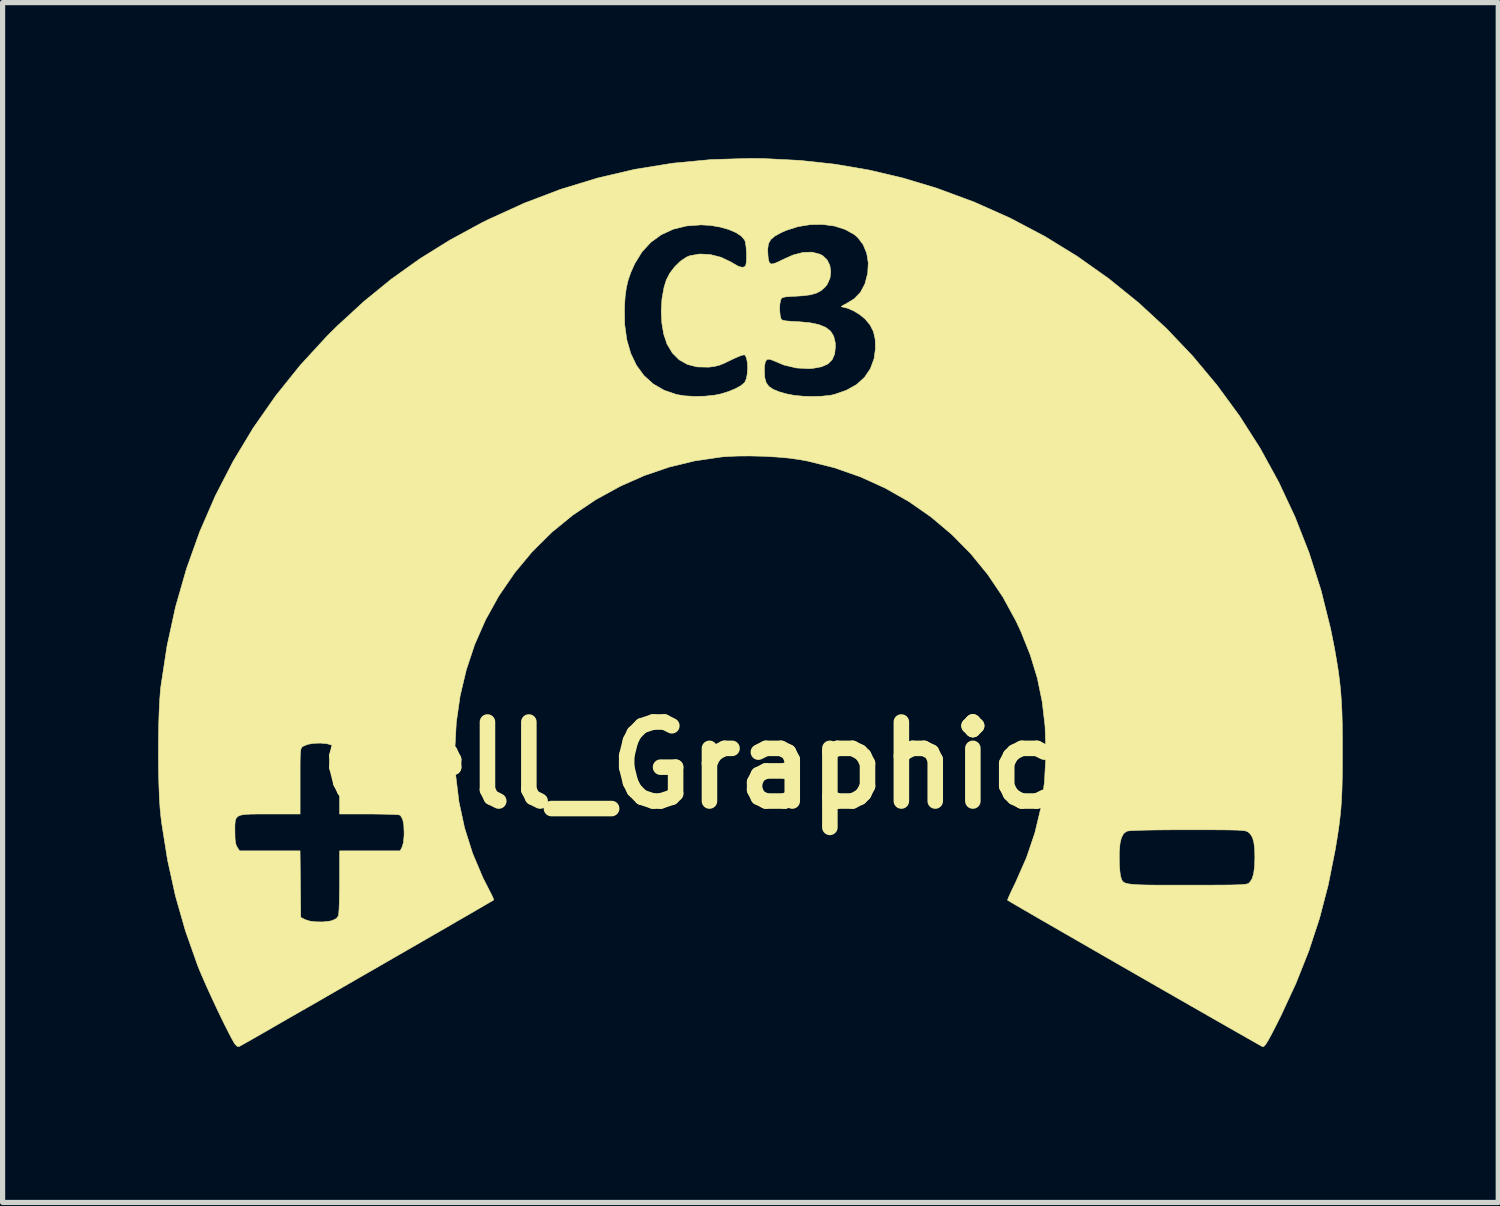
<source format=kicad_pcb>
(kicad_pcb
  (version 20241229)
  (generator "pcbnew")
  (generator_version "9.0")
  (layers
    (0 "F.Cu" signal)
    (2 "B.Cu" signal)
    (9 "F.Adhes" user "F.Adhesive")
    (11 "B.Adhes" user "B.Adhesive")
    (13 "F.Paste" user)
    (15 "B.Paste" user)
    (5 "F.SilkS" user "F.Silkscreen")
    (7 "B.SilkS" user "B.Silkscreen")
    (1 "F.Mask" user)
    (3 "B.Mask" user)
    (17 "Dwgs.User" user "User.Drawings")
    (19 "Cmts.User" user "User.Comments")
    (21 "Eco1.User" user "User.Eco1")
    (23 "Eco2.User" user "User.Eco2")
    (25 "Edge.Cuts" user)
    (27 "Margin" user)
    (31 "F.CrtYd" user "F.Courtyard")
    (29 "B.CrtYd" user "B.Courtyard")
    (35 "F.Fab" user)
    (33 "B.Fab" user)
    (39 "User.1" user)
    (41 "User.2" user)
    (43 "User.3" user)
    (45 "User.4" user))
  (footprint "Cell_Graphic_C3"
    (layer "F.Cu")
    (at 12.339 11.71)
    (property "Reference" "Cell_Graphic_C3" (at 0 0 0) (layer "F.SilkS") (effects (font (size 1.524 1.524) (thickness 0.3))))
    (attr through_hole)
    (fp_poly (pts (xy -0.66 -11.702) (xy 0.041 -11.666) (xy 0.717 -11.593) (xy 1.376 -11.48) (xy 2.028 -11.326) (xy 2.682 -11.129) (xy 2.692 -11.125) (xy 3.406 -10.861) (xy 4.095 -10.553) (xy 4.757 -10.204) (xy 5.39 -9.815) (xy 5.994 -9.387) (xy 6.567 -8.924) (xy 7.108 -8.425) (xy 7.614 -7.893) (xy 8.085 -7.329) (xy 8.519 -6.736) (xy 8.916 -6.114) (xy 9.272 -5.465) (xy 9.588 -4.791) (xy 9.861 -4.094) (xy 10.09 -3.375) (xy 10.274 -2.636) (xy 10.349 -2.261) (xy 10.389 -2.03) (xy 10.422 -1.823) (xy 10.448 -1.628) (xy 10.468 -1.438) (xy 10.482 -1.242) (xy 10.493 -1.031) (xy 10.499 -0.795) (xy 10.502 -0.525) (xy 10.502 -0.292) (xy 10.502 -0.001) (xy 10.499 0.248) (xy 10.494 0.464) (xy 10.485 0.658) (xy 10.473 0.838) (xy 10.455 1.013) (xy 10.433 1.192) (xy 10.404 1.385) (xy 10.368 1.601) (xy 10.362 1.638) (xy 10.229 2.307) (xy 10.061 2.951) (xy 9.854 3.582) (xy 9.605 4.208) (xy 9.312 4.84) (xy 9.289 4.885) (xy 9.2 5.062) (xy 9.13 5.197) (xy 9.076 5.296) (xy 9.035 5.364) (xy 9.005 5.405) (xy 8.982 5.425) (xy 8.964 5.428) (xy 8.963 5.428) (xy 8.938 5.414) (xy 8.872 5.377) (xy 8.769 5.319) (xy 8.632 5.241) (xy 8.465 5.146) (xy 8.271 5.035) (xy 8.053 4.911) (xy 7.816 4.775) (xy 7.562 4.63) (xy 7.295 4.477) (xy 7.018 4.318) (xy 6.735 4.156) (xy 6.45 3.992) (xy 6.164 3.828) (xy 5.884 3.667) (xy 5.61 3.509) (xy 5.348 3.358) (xy 5.099 3.215) (xy 4.869 3.082) (xy 4.66 2.962) (xy 4.476 2.855) (xy 4.319 2.764) (xy 4.195 2.692) (xy 4.105 2.639) (xy 4.054 2.608) (xy 4.043 2.602) (xy 4.05 2.578) (xy 4.077 2.516) (xy 4.118 2.426) (xy 4.172 2.314) (xy 4.2 2.256) (xy 4.409 1.781) (xy 4.412 1.772) (xy 6.198 1.772) (xy 6.2 1.896) (xy 6.207 2.011) (xy 6.217 2.101) (xy 6.224 2.139) (xy 6.235 2.178) (xy 6.247 2.211) (xy 6.263 2.238) (xy 6.29 2.26) (xy 6.33 2.277) (xy 6.388 2.289) (xy 6.469 2.299) (xy 6.577 2.305) (xy 6.716 2.309) (xy 6.891 2.311) (xy 7.105 2.311) (xy 7.364 2.311) (xy 7.511 2.311) (xy 7.783 2.311) (xy 8.009 2.311) (xy 8.193 2.31) (xy 8.34 2.309) (xy 8.454 2.306) (xy 8.54 2.303) (xy 8.603 2.298) (xy 8.646 2.292) (xy 8.675 2.285) (xy 8.695 2.276) (xy 8.709 2.264) (xy 8.711 2.262) (xy 8.758 2.193) (xy 8.79 2.091) (xy 8.808 1.951) (xy 8.814 1.778) (xy 8.809 1.608) (xy 8.793 1.48) (xy 8.765 1.387) (xy 8.722 1.321) (xy 8.695 1.297) (xy 8.678 1.284) (xy 8.657 1.274) (xy 8.629 1.265) (xy 8.588 1.259) (xy 8.53 1.254) (xy 8.45 1.25) (xy 8.344 1.248) (xy 8.206 1.246) (xy 8.032 1.245) (xy 7.817 1.245) (xy 7.557 1.245) (xy 7.516 1.245) (xy 7.211 1.245) (xy 6.955 1.247) (xy 6.745 1.25) (xy 6.581 1.254) (xy 6.46 1.259) (xy 6.381 1.265) (xy 6.341 1.273) (xy 6.34 1.273) (xy 6.281 1.319) (xy 6.239 1.398) (xy 6.212 1.514) (xy 6.199 1.673) (xy 6.198 1.772) (xy 4.412 1.772) (xy 4.57 1.306) (xy 4.685 0.826) (xy 4.755 0.331) (xy 4.783 -0.185) (xy 4.783 -0.254) (xy 4.767 -0.753) (xy 4.712 -1.225) (xy 4.618 -1.681) (xy 4.481 -2.13) (xy 4.3 -2.582) (xy 4.207 -2.781) (xy 3.954 -3.245) (xy 3.661 -3.68) (xy 3.331 -4.084) (xy 2.965 -4.454) (xy 2.568 -4.789) (xy 2.14 -5.087) (xy 1.685 -5.345) (xy 1.206 -5.563) (xy 0.705 -5.738) (xy 0.184 -5.868) (xy 0.038 -5.895) (xy -0.166 -5.924) (xy -0.405 -5.945) (xy -0.664 -5.96) (xy -0.926 -5.966) (xy -1.178 -5.964) (xy -1.402 -5.953) (xy -1.477 -5.946) (xy -1.989 -5.871) (xy -2.481 -5.752) (xy -2.961 -5.588) (xy -3.416 -5.387) (xy -3.897 -5.124) (xy -4.341 -4.825) (xy -4.75 -4.491) (xy -5.123 -4.121) (xy -5.462 -3.713) (xy -5.767 -3.268) (xy -5.771 -3.261) (xy -6.024 -2.805) (xy -6.233 -2.33) (xy -6.396 -1.839) (xy -6.515 -1.337) (xy -6.588 -0.828) (xy -6.616 -0.315) (xy -6.599 0.198) (xy -6.537 0.706) (xy -6.429 1.207) (xy -6.275 1.696) (xy -6.075 2.169) (xy -5.948 2.418) (xy -5.906 2.5) (xy -5.877 2.563) (xy -5.867 2.596) (xy -5.868 2.598) (xy -5.892 2.613) (xy -5.958 2.651) (xy -6.06 2.711) (xy -6.196 2.79) (xy -6.362 2.887) (xy -6.556 2.998) (xy -6.772 3.124) (xy -7.009 3.26) (xy -7.263 3.407) (xy -7.529 3.56) (xy -7.805 3.719) (xy -8.087 3.882) (xy -8.373 4.046) (xy -8.657 4.21) (xy -8.938 4.371) (xy -9.211 4.529) (xy -9.473 4.679) (xy -9.721 4.821) (xy -9.951 4.953) (xy -10.159 5.073) (xy -10.343 5.179) (xy -10.499 5.268) (xy -10.624 5.339) (xy -10.713 5.389) (xy -10.764 5.418) (xy -10.775 5.424) (xy -10.815 5.421) (xy -10.858 5.376) (xy -10.872 5.355) (xy -10.919 5.272) (xy -10.983 5.15) (xy -11.059 4.999) (xy -11.143 4.827) (xy -11.231 4.642) (xy -11.319 4.453) (xy -11.403 4.269) (xy -11.478 4.098) (xy -11.542 3.949) (xy -11.577 3.861) (xy -11.812 3.195) (xy -12.005 2.521) (xy -12.157 1.83) (xy -12.251 1.24) (xy -10.859 1.24) (xy -10.858 1.28) (xy -10.856 1.405) (xy -10.847 1.492) (xy -10.83 1.552) (xy -10.813 1.582) (xy -10.768 1.651) (xy -9.602 1.651) (xy -9.595 2.292) (xy -9.588 2.934) (xy -9.5 2.978) (xy -9.409 3.006) (xy -9.288 3.02) (xy -9.156 3.021) (xy -9.03 3.006) (xy -8.984 2.996) (xy -8.901 2.956) (xy -8.863 2.905) (xy -8.856 2.862) (xy -8.85 2.776) (xy -8.845 2.656) (xy -8.842 2.509) (xy -8.84 2.344) (xy -8.839 2.246) (xy -8.839 1.651) (xy -7.672 1.651) (xy -7.633 1.576) (xy -7.608 1.491) (xy -7.596 1.361) (xy -7.595 1.295) (xy -7.601 1.148) (xy -7.622 1.045) (xy -7.658 0.979) (xy -7.681 0.959) (xy -7.714 0.954) (xy -7.789 0.949) (xy -7.9 0.945) (xy -8.039 0.942) (xy -8.198 0.94) (xy -8.274 0.94) (xy -8.839 0.94) (xy -8.839 0.329) (xy -8.839 0.138) (xy -8.84 -0.01) (xy -8.842 -0.119) (xy -8.846 -0.198) (xy -8.852 -0.252) (xy -8.861 -0.288) (xy -8.873 -0.313) (xy -8.89 -0.332) (xy -8.899 -0.342) (xy -8.973 -0.386) (xy -9.08 -0.415) (xy -9.206 -0.428) (xy -9.335 -0.424) (xy -9.453 -0.404) (xy -9.544 -0.366) (xy -9.562 -0.353) (xy -9.575 -0.337) (xy -9.585 -0.311) (xy -9.592 -0.269) (xy -9.597 -0.205) (xy -9.6 -0.112) (xy -9.601 0.015) (xy -9.601 0.183) (xy -9.601 0.305) (xy -9.601 0.94) (xy -10.181 0.94) (xy -10.384 0.94) (xy -10.542 0.941) (xy -10.66 0.948) (xy -10.745 0.961) (xy -10.801 0.985) (xy -10.835 1.022) (xy -10.852 1.075) (xy -10.858 1.147) (xy -10.859 1.24) (xy -12.251 1.24) (xy -12.271 1.113) (xy -12.286 0.991) (xy -12.303 0.817) (xy -12.316 0.603) (xy -12.325 0.357) (xy -12.332 0.09) (xy -12.334 -0.19) (xy -12.333 -0.472) (xy -12.329 -0.748) (xy -12.321 -1.006) (xy -12.31 -1.239) (xy -12.296 -1.436) (xy -12.286 -1.524) (xy -12.168 -2.299) (xy -12.003 -3.056) (xy -11.792 -3.791) (xy -11.537 -4.505) (xy -11.236 -5.197) (xy -10.892 -5.864) (xy -10.505 -6.506) (xy -10.074 -7.123) (xy -9.602 -7.711) (xy -9.087 -8.272) (xy -8.887 -8.471) (xy -8.5 -8.826) (xy -3.345 -8.826) (xy -3.341 -8.501) (xy -3.3 -8.206) (xy -3.223 -7.942) (xy -3.113 -7.712) (xy -2.968 -7.515) (xy -2.791 -7.356) (xy -2.582 -7.234) (xy -2.343 -7.152) (xy -2.342 -7.151) (xy -2.18 -7.125) (xy -1.988 -7.114) (xy -1.789 -7.119) (xy -1.601 -7.139) (xy -1.488 -7.162) (xy -1.339 -7.208) (xy -1.206 -7.263) (xy -1.1 -7.321) (xy -1.032 -7.378) (xy -1.021 -7.393) (xy -0.992 -7.464) (xy -0.975 -7.559) (xy -0.973 -7.597) (xy -0.646 -7.597) (xy -0.638 -7.474) (xy -0.612 -7.38) (xy -0.561 -7.308) (xy -0.478 -7.251) (xy -0.357 -7.202) (xy -0.22 -7.163) (xy -0.074 -7.135) (xy 0.101 -7.118) (xy 0.288 -7.113) (xy 0.469 -7.119) (xy 0.628 -7.136) (xy 0.7 -7.151) (xy 0.934 -7.232) (xy 1.13 -7.342) (xy 1.285 -7.482) (xy 1.398 -7.649) (xy 1.469 -7.842) (xy 1.495 -8.03) (xy 1.491 -8.213) (xy 1.458 -8.363) (xy 1.392 -8.493) (xy 1.294 -8.61) (xy 1.195 -8.691) (xy 1.078 -8.763) (xy 0.959 -8.815) (xy 0.856 -8.84) (xy 0.844 -8.841) (xy 0.84 -8.85) (xy 0.876 -8.874) (xy 0.927 -8.9) (xy 1.086 -8.997) (xy 1.208 -9.124) (xy 1.293 -9.286) (xy 1.345 -9.484) (xy 1.347 -9.496) (xy 1.357 -9.693) (xy 1.327 -9.878) (xy 1.258 -10.043) (xy 1.155 -10.179) (xy 1.086 -10.238) (xy 0.909 -10.336) (xy 0.704 -10.401) (xy 0.478 -10.431) (xy 0.242 -10.428) (xy 0.005 -10.39) (xy -0.225 -10.317) (xy -0.324 -10.273) (xy -0.444 -10.207) (xy -0.522 -10.141) (xy -0.566 -10.064) (xy -0.582 -9.965) (xy -0.579 -9.864) (xy -0.57 -9.758) (xy -0.551 -9.694) (xy -0.517 -9.668) (xy -0.458 -9.676) (xy -0.368 -9.715) (xy -0.307 -9.746) (xy -0.092 -9.842) (xy 0.101 -9.892) (xy 0.272 -9.897) (xy 0.422 -9.858) (xy 0.479 -9.829) (xy 0.563 -9.749) (xy 0.616 -9.643) (xy 0.634 -9.52) (xy 0.619 -9.395) (xy 0.567 -9.278) (xy 0.525 -9.224) (xy 0.449 -9.156) (xy 0.36 -9.108) (xy 0.247 -9.075) (xy 0.101 -9.056) (xy -0.021 -9.048) (xy -0.145 -9.042) (xy -0.229 -9.035) (xy -0.28 -9.026) (xy -0.309 -9.012) (xy -0.325 -8.99) (xy -0.332 -8.974) (xy -0.348 -8.894) (xy -0.352 -8.79) (xy -0.343 -8.685) (xy -0.333 -8.636) (xy -0.324 -8.61) (xy -0.308 -8.591) (xy -0.276 -8.579) (xy -0.22 -8.57) (xy -0.131 -8.563) (xy -0.000403 -8.556) (xy 0.007 -8.556) (xy 0.228 -8.536) (xy 0.403 -8.5) (xy 0.536 -8.446) (xy 0.631 -8.372) (xy 0.691 -8.275) (xy 0.72 -8.153) (xy 0.724 -8.077) (xy 0.709 -7.933) (xy 0.661 -7.822) (xy 0.578 -7.74) (xy 0.456 -7.686) (xy 0.292 -7.656) (xy 0.21 -7.65) (xy -0.029 -7.663) (xy -0.27 -7.72) (xy -0.467 -7.803) (xy -0.543 -7.832) (xy -0.596 -7.827) (xy -0.628 -7.783) (xy -0.644 -7.696) (xy -0.646 -7.597) (xy -0.973 -7.597) (xy -0.969 -7.663) (xy -0.974 -7.765) (xy -0.99 -7.85) (xy -1.015 -7.905) (xy -1.031 -7.916) (xy -1.068 -7.911) (xy -1.138 -7.887) (xy -1.23 -7.846) (xy -1.302 -7.812) (xy -1.423 -7.753) (xy -1.517 -7.716) (xy -1.604 -7.694) (xy -1.699 -7.681) (xy -1.728 -7.679) (xy -1.942 -7.683) (xy -2.13 -7.731) (xy -2.29 -7.821) (xy -2.422 -7.953) (xy -2.525 -8.126) (xy -2.526 -8.13) (xy -2.588 -8.315) (xy -2.624 -8.53) (xy -2.636 -8.762) (xy -2.622 -8.995) (xy -2.582 -9.217) (xy -2.538 -9.36) (xy -2.471 -9.49) (xy -2.376 -9.615) (xy -2.265 -9.723) (xy -2.148 -9.801) (xy -2.083 -9.828) (xy -1.891 -9.861) (xy -1.687 -9.85) (xy -1.483 -9.798) (xy -1.288 -9.705) (xy -1.245 -9.678) (xy -1.144 -9.622) (xy -1.067 -9.603) (xy -1.018 -9.622) (xy -1.006 -9.641) (xy -0.994 -9.705) (xy -0.99 -9.8) (xy -0.992 -9.908) (xy -1.001 -10.013) (xy -1.015 -10.096) (xy -1.027 -10.131) (xy -1.091 -10.206) (xy -1.196 -10.275) (xy -1.335 -10.334) (xy -1.497 -10.38) (xy -1.675 -10.411) (xy -1.859 -10.423) (xy -1.867 -10.423) (xy -2.148 -10.402) (xy -2.405 -10.339) (xy -2.635 -10.233) (xy -2.836 -10.087) (xy -3.007 -9.902) (xy -3.144 -9.679) (xy -3.149 -9.669) (xy -3.221 -9.509) (xy -3.273 -9.361) (xy -3.309 -9.209) (xy -3.332 -9.038) (xy -3.345 -8.832) (xy -3.345 -8.826) (xy -8.5 -8.826) (xy -8.37 -8.946) (xy -7.841 -9.377) (xy -7.29 -9.77) (xy -6.711 -10.13) (xy -6.094 -10.465) (xy -5.973 -10.525) (xy -5.275 -10.843) (xy -4.572 -11.11) (xy -3.861 -11.327) (xy -3.141 -11.495) (xy -2.41 -11.613) (xy -1.666 -11.683) (xy -0.909 -11.705) (xy -0.66 -11.702)) (stroke (width 0.01) (type solid)) (fill yes) (layer "F.SilkS")))
  (gr_rect
    (start -3 -3)
    (end 25.847 20.142)
    (stroke (width 0.1) (type default))
    (fill no)
    (layer "Edge.Cuts")))
</source>
